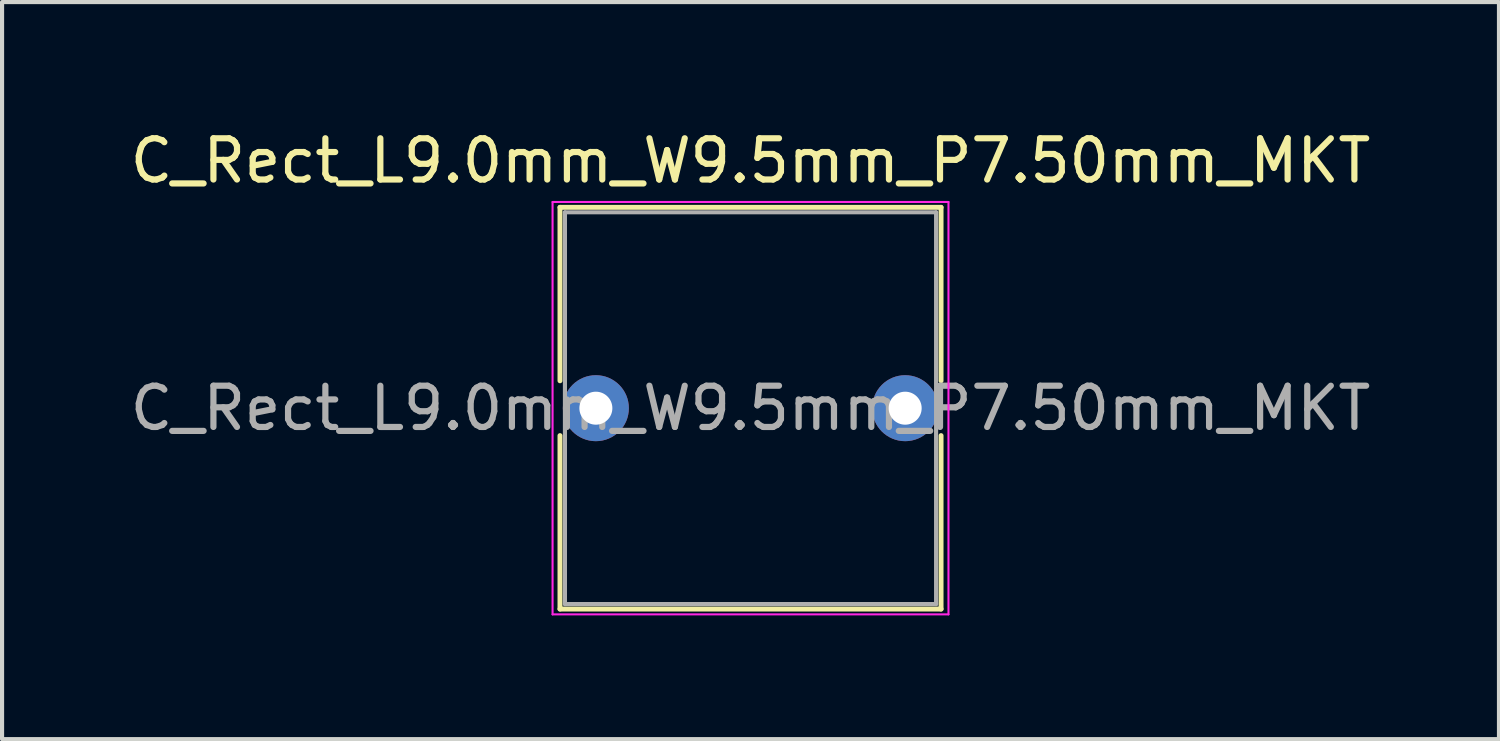
<source format=kicad_pcb>
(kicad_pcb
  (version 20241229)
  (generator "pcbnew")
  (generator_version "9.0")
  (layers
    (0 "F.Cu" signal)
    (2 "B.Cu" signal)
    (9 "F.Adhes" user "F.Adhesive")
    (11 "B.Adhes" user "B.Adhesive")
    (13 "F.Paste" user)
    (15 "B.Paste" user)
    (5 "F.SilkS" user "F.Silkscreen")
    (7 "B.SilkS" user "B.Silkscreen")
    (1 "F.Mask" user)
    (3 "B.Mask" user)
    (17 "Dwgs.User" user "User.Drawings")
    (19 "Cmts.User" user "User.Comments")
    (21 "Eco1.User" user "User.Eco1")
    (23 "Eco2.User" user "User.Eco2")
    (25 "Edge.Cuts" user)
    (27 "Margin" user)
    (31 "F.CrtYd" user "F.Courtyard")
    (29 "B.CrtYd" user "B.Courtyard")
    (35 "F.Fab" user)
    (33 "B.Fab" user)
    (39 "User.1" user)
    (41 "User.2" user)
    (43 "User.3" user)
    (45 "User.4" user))
  (footprint "C_Rect_L9.0mm_W9.5mm_P7.50mm_MKT"
    (layer "F.Cu")
    (at 11.399 6.848)
    (property "Reference" "C_Rect_L9.0mm_W9.5mm_P7.50mm_MKT" (at 3.75 -6 0) (layer "F.SilkS") (effects (font (size 1 1) (thickness 0.15))))
    (attr through_hole)
    (fp_line (start -0.87 -4.87) (end -0.87 -0.665) (stroke (width 0.12) (type solid)) (layer "F.SilkS"))
    (fp_line (start -0.87 -4.87) (end 8.37 -4.87) (stroke (width 0.12) (type solid)) (layer "F.SilkS"))
    (fp_line (start -0.87 0.665) (end -0.87 4.87) (stroke (width 0.12) (type solid)) (layer "F.SilkS"))
    (fp_line (start -0.87 4.87) (end 8.37 4.87) (stroke (width 0.12) (type solid)) (layer "F.SilkS"))
    (fp_line (start 8.37 -4.87) (end 8.37 -0.665) (stroke (width 0.12) (type solid)) (layer "F.SilkS"))
    (fp_line (start 8.37 0.665) (end 8.37 4.87) (stroke (width 0.12) (type solid)) (layer "F.SilkS"))
    (fp_line (start -1.05 -5) (end -1.05 5) (stroke (width 0.05) (type solid)) (layer "F.CrtYd"))
    (fp_line (start -1.05 5) (end 8.55 5) (stroke (width 0.05) (type solid)) (layer "F.CrtYd"))
    (fp_line (start 8.55 -5) (end -1.05 -5) (stroke (width 0.05) (type solid)) (layer "F.CrtYd"))
    (fp_line (start 8.55 5) (end 8.55 -5) (stroke (width 0.05) (type solid)) (layer "F.CrtYd"))
    (fp_line (start -0.75 -4.75) (end -0.75 4.75) (stroke (width 0.1) (type solid)) (layer "F.Fab"))
    (fp_line (start -0.75 4.75) (end 8.25 4.75) (stroke (width 0.1) (type solid)) (layer "F.Fab"))
    (fp_line (start 8.25 -4.75) (end -0.75 -4.75) (stroke (width 0.1) (type solid)) (layer "F.Fab"))
    (fp_line (start 8.25 4.75) (end 8.25 -4.75) (stroke (width 0.1) (type solid)) (layer "F.Fab"))
    (fp_text user "${REFERENCE}" (at 3.75 0 0) (layer "F.Fab") (effects (font (size 1 1) (thickness 0.15))))
    (pad "1" thru_hole circle (at 0 0) (size 1.6 1.6) (drill 0.8) (layers "*.Cu" "*.Mask"))
    (pad "2" thru_hole circle (at 7.5 0) (size 1.6 1.6) (drill 0.8) (layers "*.Cu" "*.Mask")))
  (gr_rect
    (start -3 -3)
    (end 33.298 14.873)
    (stroke (width 0.1) (type default))
    (fill no)
    (layer "Edge.Cuts")))
</source>
